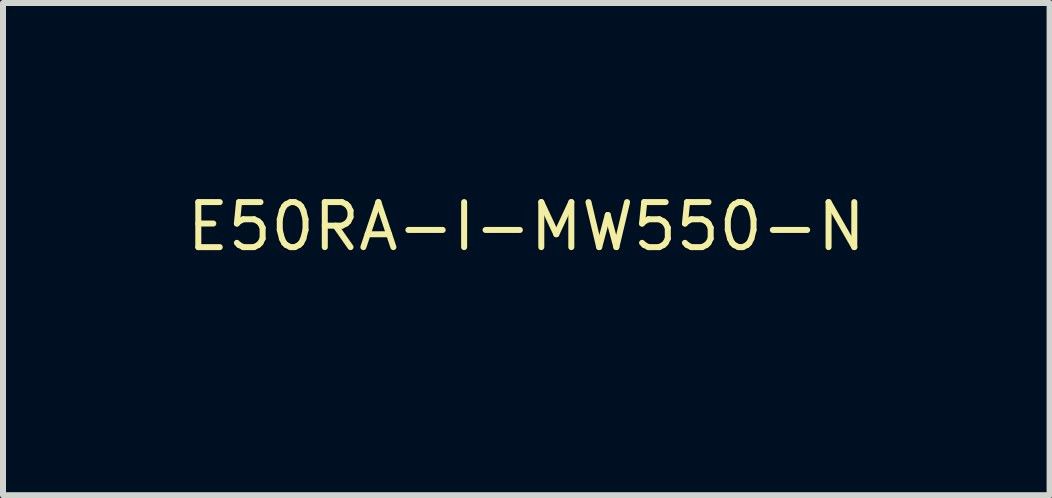
<source format=kicad_pcb>
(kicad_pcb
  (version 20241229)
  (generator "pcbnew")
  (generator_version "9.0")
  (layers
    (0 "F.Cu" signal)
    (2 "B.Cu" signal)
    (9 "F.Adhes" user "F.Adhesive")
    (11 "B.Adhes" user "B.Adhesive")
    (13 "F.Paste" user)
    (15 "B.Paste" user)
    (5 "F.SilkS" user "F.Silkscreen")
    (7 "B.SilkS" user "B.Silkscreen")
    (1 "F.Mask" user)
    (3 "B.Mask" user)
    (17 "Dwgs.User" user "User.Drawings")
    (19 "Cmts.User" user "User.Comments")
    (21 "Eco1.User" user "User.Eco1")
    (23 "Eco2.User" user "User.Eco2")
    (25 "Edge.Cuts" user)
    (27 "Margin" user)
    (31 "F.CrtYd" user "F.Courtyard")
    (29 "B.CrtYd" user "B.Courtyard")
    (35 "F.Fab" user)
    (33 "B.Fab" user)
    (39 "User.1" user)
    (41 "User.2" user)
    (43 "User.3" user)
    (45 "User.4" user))
  (footprint "E50RA-I-MW550-N"
    (layer "F.Cu")
    (at 5.718 1.1)
    (property "Reference" "E50RA-I-MW550-N" (at 0 -0.375 0) (unlocked yes) (layer "F.SilkS") (effects (font (size 0.75 0.75) (thickness 0.1))))
    (fp_circle (center 0 0) (end 1 0) (stroke (width 0.2) (type default)) (fill no) (layer "User.1")))
  (gr_rect
    (start -3 -3)
    (end 14.436 5.2)
    (stroke (width 0.1) (type default))
    (fill no)
    (layer "Edge.Cuts")))
</source>
